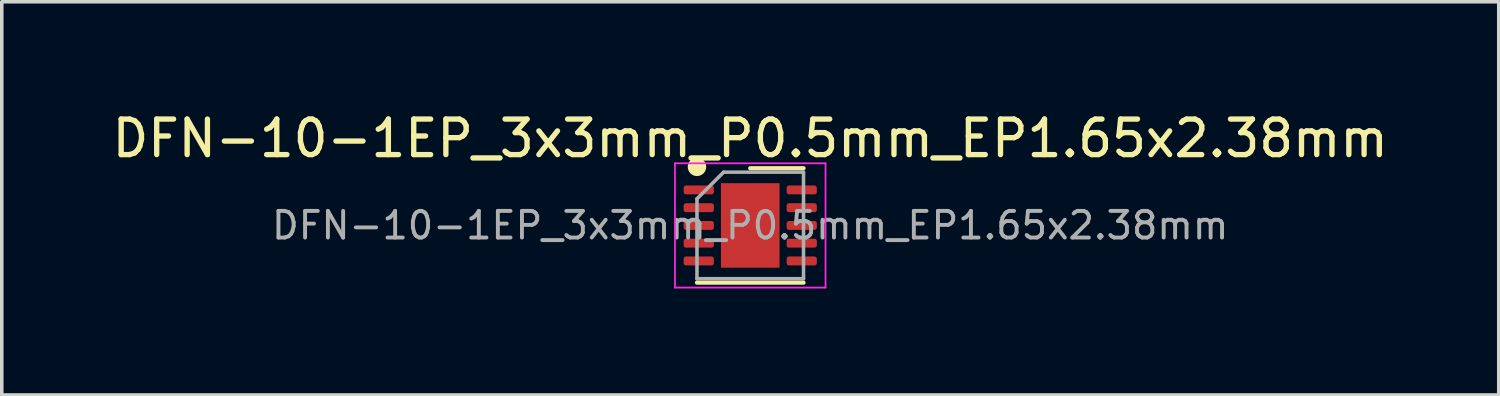
<source format=kicad_pcb>
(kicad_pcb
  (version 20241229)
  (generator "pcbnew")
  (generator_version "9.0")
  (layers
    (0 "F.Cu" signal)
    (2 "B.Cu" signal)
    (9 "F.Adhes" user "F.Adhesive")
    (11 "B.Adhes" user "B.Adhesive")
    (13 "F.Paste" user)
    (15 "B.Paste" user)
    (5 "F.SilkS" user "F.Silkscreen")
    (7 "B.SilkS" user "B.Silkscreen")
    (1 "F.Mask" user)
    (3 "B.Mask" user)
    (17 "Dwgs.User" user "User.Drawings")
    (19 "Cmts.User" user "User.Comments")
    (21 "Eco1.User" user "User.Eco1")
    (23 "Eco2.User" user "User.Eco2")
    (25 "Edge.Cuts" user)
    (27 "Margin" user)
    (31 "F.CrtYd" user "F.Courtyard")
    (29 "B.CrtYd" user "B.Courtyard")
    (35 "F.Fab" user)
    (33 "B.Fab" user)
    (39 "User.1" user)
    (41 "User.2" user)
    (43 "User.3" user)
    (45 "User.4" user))
  (footprint "DFN-10-1EP_3x3mm_P0.5mm_EP1.65x2.38mm"
    (layer "F.Cu")
    (at 18.077 3.298)
    (property "Reference" "DFN-10-1EP_3x3mm_P0.5mm_EP1.65x2.38mm" (at 0 -2.45 0) (layer "F.SilkS") (effects (font (size 1 1) (thickness 0.15))))
    (attr smd)
    (fp_line (start -1.5 1.61) (end 1.5 1.61) (stroke (width 0.12) (type solid)) (layer "F.SilkS"))
    (fp_line (start 0 -1.61) (end 1.5 -1.61) (stroke (width 0.12) (type solid)) (layer "F.SilkS"))
    (fp_circle (center -1.5 -1.65) (end -1.3 -1.65) (stroke (width 0.12) (type solid)) (fill yes) (layer "F.SilkS"))
    (fp_line (start -2.12 -1.75) (end -2.12 1.75) (stroke (width 0.05) (type solid)) (layer "F.CrtYd"))
    (fp_line (start -2.12 1.75) (end 2.12 1.75) (stroke (width 0.05) (type solid)) (layer "F.CrtYd"))
    (fp_line (start 2.12 -1.75) (end -2.12 -1.75) (stroke (width 0.05) (type solid)) (layer "F.CrtYd"))
    (fp_line (start 2.12 1.75) (end 2.12 -1.75) (stroke (width 0.05) (type solid)) (layer "F.CrtYd"))
    (fp_line (start -1.5 -0.75) (end -0.75 -1.5) (stroke (width 0.1) (type solid)) (layer "F.Fab"))
    (fp_line (start -1.5 1.5) (end -1.5 -0.75) (stroke (width 0.1) (type solid)) (layer "F.Fab"))
    (fp_line (start -0.75 -1.5) (end 1.5 -1.5) (stroke (width 0.1) (type solid)) (layer "F.Fab"))
    (fp_line (start 1.5 -1.5) (end 1.5 1.5) (stroke (width 0.1) (type solid)) (layer "F.Fab"))
    (fp_line (start 1.5 1.5) (end -1.5 1.5) (stroke (width 0.1) (type solid)) (layer "F.Fab"))
    (fp_text user "${REFERENCE}" (at 0 0 0) (layer "F.Fab") (effects (font (size 0.75 0.75) (thickness 0.11))))
    (pad "" smd roundrect (at -0.41 -0.595) (size 0.67 0.96) (layers "F.Paste") (roundrect_rratio 0.25))
    (pad "" smd roundrect (at -0.41 0.595) (size 0.67 0.96) (layers "F.Paste") (roundrect_rratio 0.25))
    (pad "" smd roundrect (at 0.41 -0.595) (size 0.67 0.96) (layers "F.Paste") (roundrect_rratio 0.25))
    (pad "" smd roundrect (at 0.41 0.595) (size 0.67 0.96) (layers "F.Paste") (roundrect_rratio 0.25))
    (pad "1" smd roundrect (at -1.45 -1) (size 0.85 0.25) (layers "F.Cu" "F.Mask" "F.Paste") (roundrect_rratio 0.25))
    (pad "2" smd roundrect (at -1.45 -0.5) (size 0.85 0.25) (layers "F.Cu" "F.Mask" "F.Paste") (roundrect_rratio 0.25))
    (pad "3" smd roundrect (at -1.45 0) (size 0.85 0.25) (layers "F.Cu" "F.Mask" "F.Paste") (roundrect_rratio 0.25))
    (pad "4" smd roundrect (at -1.45 0.5) (size 0.85 0.25) (layers "F.Cu" "F.Mask" "F.Paste") (roundrect_rratio 0.25))
    (pad "5" smd roundrect (at -1.45 1) (size 0.85 0.25) (layers "F.Cu" "F.Mask" "F.Paste") (roundrect_rratio 0.25))
    (pad "6" smd roundrect (at 1.45 1) (size 0.85 0.25) (layers "F.Cu" "F.Mask" "F.Paste") (roundrect_rratio 0.25))
    (pad "7" smd roundrect (at 1.45 0.5) (size 0.85 0.25) (layers "F.Cu" "F.Mask" "F.Paste") (roundrect_rratio 0.25))
    (pad "8" smd roundrect (at 1.45 0) (size 0.85 0.25) (layers "F.Cu" "F.Mask" "F.Paste") (roundrect_rratio 0.25))
    (pad "9" smd roundrect (at 1.45 -0.5) (size 0.85 0.25) (layers "F.Cu" "F.Mask" "F.Paste") (roundrect_rratio 0.25))
    (pad "10" smd roundrect (at 1.45 -1) (size 0.85 0.25) (layers "F.Cu" "F.Mask" "F.Paste") (roundrect_rratio 0.25))
    (pad "11" smd rect (at 0 0) (size 1.65 2.38) (layers "F.Cu" "F.Mask")))
  (gr_rect
    (start -3 -3)
    (end 39.155 8.073)
    (stroke (width 0.1) (type default))
    (fill no)
    (layer "Edge.Cuts")))
</source>
